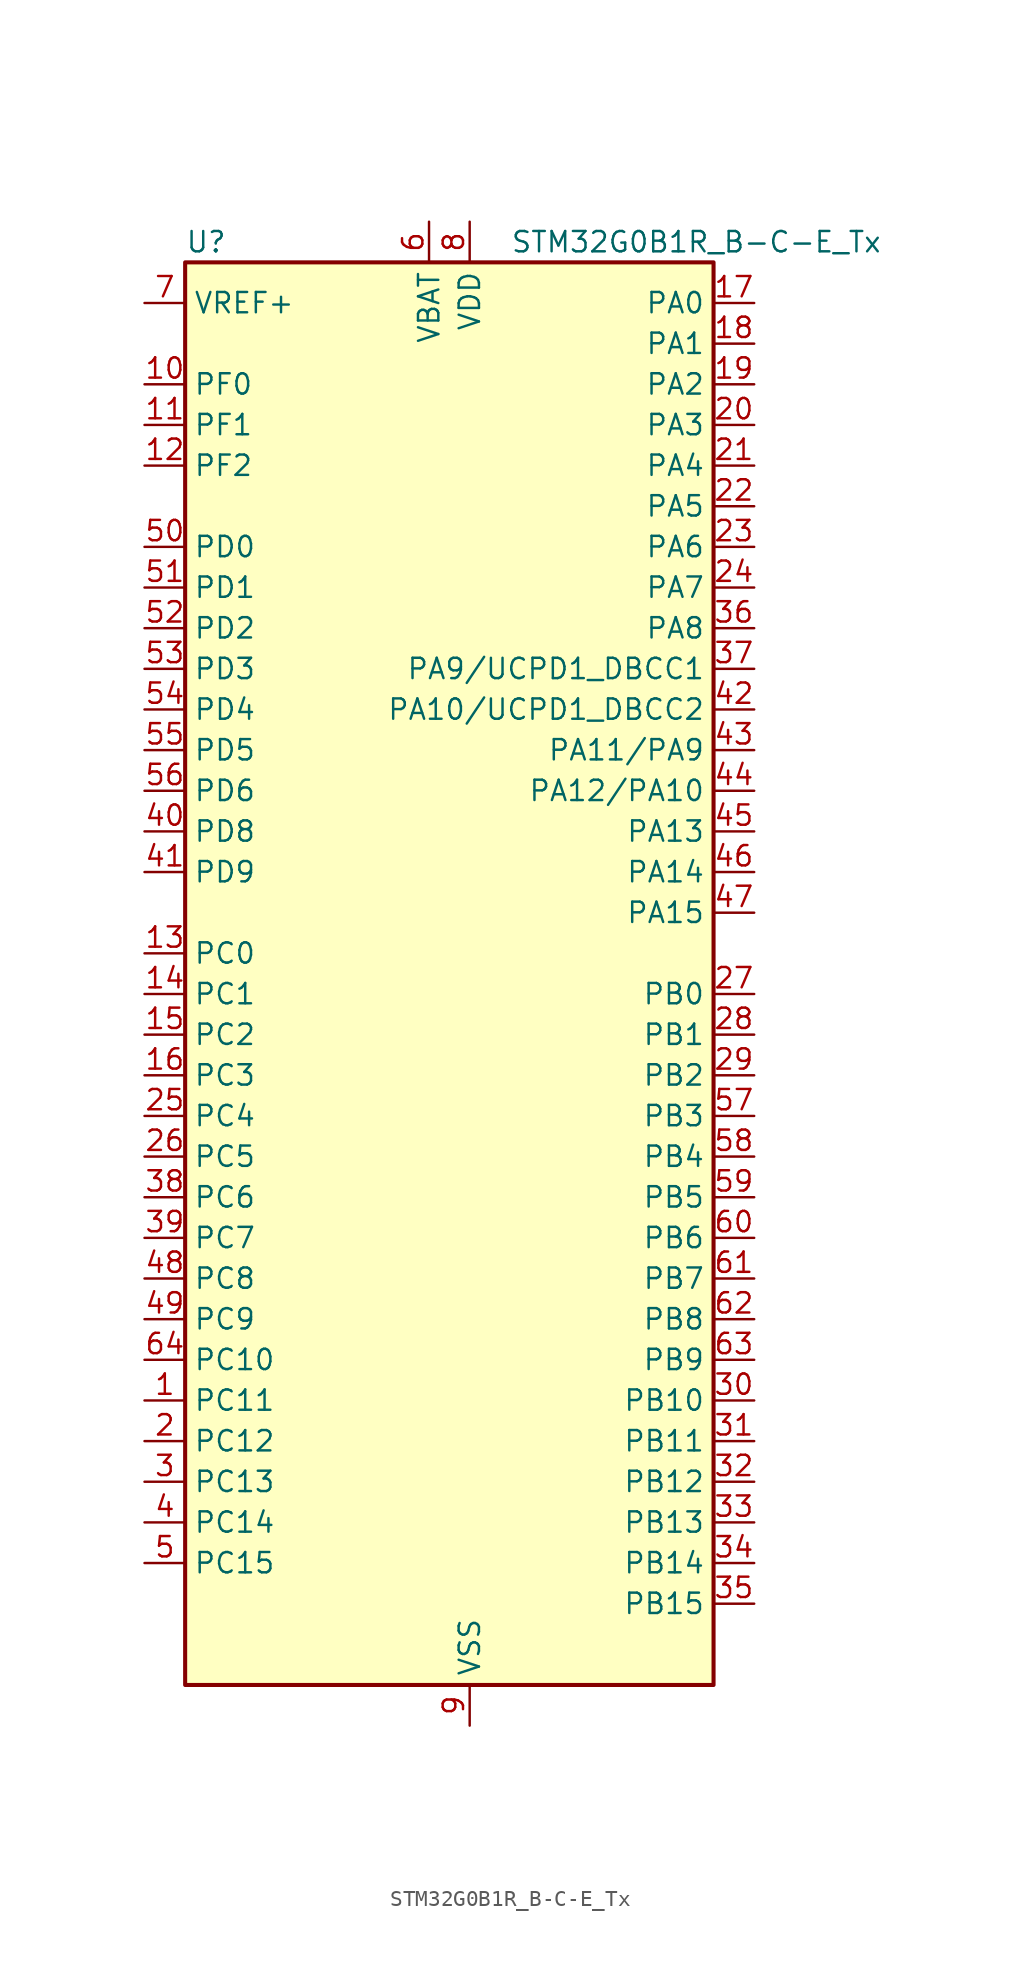
<source format=kicad_sym>
(kicad_symbol_lib
  (version 20231120)
  (generator "kicad_symbol_editor")
  (generator_version "8.0")
  (symbol "STM32G0B1R_B-C-E_Tx"
    (property "Reference" "U"
      (at -15.24 46.99 0)
      (effects (font (size 1.27 1.27)) (justify left)))
    (property "Value" "STM32G0B1R_B-C-E_Tx"
      (at 5.08 46.99 0)
      (effects (font (size 1.27 1.27)) (justify left)))
    (property "ki_locked" ""
      (at 0 0 0)
      (effects (font (size 1.27 1.27))))
    (symbol "STM32G0B1R_B-C-E_Tx_0_1"
      (rectangle (start -15.24 -43.18) (end 17.78 45.72) (stroke (width 0.254) (type default)) (fill (type background))))
    (symbol "STM32G0B1R_B-C-E_Tx_1_1"
      (pin bidirectional line (at -17.78 -25.4 0) (length 2.54) (name "PC11" (effects (font (size 1.27 1.27)))) (number "1" (effects (font (size 1.27 1.27)))) (alternate "ADC1_EXTI11" bidirectional line) (alternate "SPI3_MISO" bidirectional line) (alternate "TIM1_CH4" bidirectional line) (alternate "USART3_RX" bidirectional line) (alternate "USART4_RX" bidirectional line))
      (pin bidirectional line (at -17.78 38.1 0) (length 2.54) (name "PF0" (effects (font (size 1.27 1.27)))) (number "10" (effects (font (size 1.27 1.27)))) (alternate "CRS1_SYNC" bidirectional line) (alternate "RCC_OSC_IN" bidirectional line) (alternate "TIM14_CH1" bidirectional line))
      (pin bidirectional line (at -17.78 35.56 0) (length 2.54) (name "PF1" (effects (font (size 1.27 1.27)))) (number "11" (effects (font (size 1.27 1.27)))) (alternate "RCC_OSC_EN" bidirectional line) (alternate "RCC_OSC_OUT" bidirectional line) (alternate "TIM15_CH1N" bidirectional line))
      (pin bidirectional line (at -17.78 33.02 0) (length 2.54) (name "PF2" (effects (font (size 1.27 1.27)))) (number "12" (effects (font (size 1.27 1.27)))) (alternate "LPUART2_DE" bidirectional line) (alternate "LPUART2_RTS" bidirectional line) (alternate "LPUART2_TX" bidirectional line) (alternate "RCC_MCO" bidirectional line))
      (pin bidirectional line (at -17.78 2.54 0) (length 2.54) (name "PC0" (effects (font (size 1.27 1.27)))) (number "13" (effects (font (size 1.27 1.27)))) (alternate "COMP3_INM" bidirectional line) (alternate "COMP3_OUT" bidirectional line) (alternate "I2C3_SCL" bidirectional line) (alternate "LPTIM1_IN1" bidirectional line) (alternate "LPTIM2_IN1" bidirectional line) (alternate "LPUART1_RX" bidirectional line) (alternate "LPUART2_TX" bidirectional line) (alternate "USART6_TX" bidirectional line))
      (pin bidirectional line (at -17.78 0 0) (length 2.54) (name "PC1" (effects (font (size 1.27 1.27)))) (number "14" (effects (font (size 1.27 1.27)))) (alternate "COMP3_INP" bidirectional line) (alternate "I2C3_SDA" bidirectional line) (alternate "LPTIM1_OUT" bidirectional line) (alternate "LPUART1_TX" bidirectional line) (alternate "LPUART2_RX" bidirectional line) (alternate "TIM15_CH1" bidirectional line) (alternate "USART6_RX" bidirectional line))
      (pin bidirectional line (at -17.78 -2.54 0) (length 2.54) (name "PC2" (effects (font (size 1.27 1.27)))) (number "15" (effects (font (size 1.27 1.27)))) (alternate "COMP3_OUT" bidirectional line) (alternate "FDCAN2_RX" bidirectional line) (alternate "I2S2_MCK" bidirectional line) (alternate "LPTIM1_IN2" bidirectional line) (alternate "SPI2_MISO" bidirectional line) (alternate "TIM15_CH2" bidirectional line))
      (pin bidirectional line (at -17.78 -5.08 0) (length 2.54) (name "PC3" (effects (font (size 1.27 1.27)))) (number "16" (effects (font (size 1.27 1.27)))) (alternate "FDCAN2_TX" bidirectional line) (alternate "I2S2_SD" bidirectional line) (alternate "LPTIM1_ETR" bidirectional line) (alternate "LPTIM2_ETR" bidirectional line) (alternate "SPI2_MOSI" bidirectional line))
      (pin bidirectional line (at 20.32 43.18 180) (length 2.54) (name "PA0" (effects (font (size 1.27 1.27)))) (number "17" (effects (font (size 1.27 1.27)))) (alternate "ADC1_IN0" bidirectional line) (alternate "COMP1_INM" bidirectional line) (alternate "COMP1_OUT" bidirectional line) (alternate "I2S2_CK" bidirectional line) (alternate "LPTIM1_OUT" bidirectional line) (alternate "RTC_TAMP_IN2" bidirectional line) (alternate "SPI2_SCK" bidirectional line) (alternate "SYS_WKUP1" bidirectional line) (alternate "TIM2_CH1" bidirectional line) (alternate "TIM2_ETR" bidirectional line) (alternate "UCPD2_FRSTX1" bidirectional line) (alternate "UCPD2_FRSTX2" bidirectional line) (alternate "USART2_CTS" bidirectional line) (alternate "USART2_NSS" bidirectional line) (alternate "USART4_TX" bidirectional line))
      (pin bidirectional line (at 20.32 40.64 180) (length 2.54) (name "PA1" (effects (font (size 1.27 1.27)))) (number "18" (effects (font (size 1.27 1.27)))) (alternate "ADC1_IN1" bidirectional line) (alternate "COMP1_INP" bidirectional line) (alternate "I2C1_SMBA" bidirectional line) (alternate "I2S1_CK" bidirectional line) (alternate "SPI1_SCK" bidirectional line) (alternate "TIM15_CH1N" bidirectional line) (alternate "TIM2_CH2" bidirectional line) (alternate "USART2_CK" bidirectional line) (alternate "USART2_DE" bidirectional line) (alternate "USART2_RTS" bidirectional line) (alternate "USART4_RX" bidirectional line))
      (pin bidirectional line (at 20.32 38.1 180) (length 2.54) (name "PA2" (effects (font (size 1.27 1.27)))) (number "19" (effects (font (size 1.27 1.27)))) (alternate "ADC1_IN2" bidirectional line) (alternate "COMP2_INM" bidirectional line) (alternate "COMP2_OUT" bidirectional line) (alternate "I2S1_SD" bidirectional line) (alternate "LPUART1_TX" bidirectional line) (alternate "RCC_LSCO" bidirectional line) (alternate "SPI1_MOSI" bidirectional line) (alternate "SYS_WKUP4" bidirectional line) (alternate "TIM15_CH1" bidirectional line) (alternate "TIM2_CH3" bidirectional line) (alternate "UCPD1_FRSTX1" bidirectional line) (alternate "UCPD1_FRSTX2" bidirectional line) (alternate "USART2_TX" bidirectional line))
      (pin bidirectional line (at -17.78 -27.94 0) (length 2.54) (name "PC12" (effects (font (size 1.27 1.27)))) (number "2" (effects (font (size 1.27 1.27)))) (alternate "LPTIM1_IN1" bidirectional line) (alternate "SPI3_MOSI" bidirectional line) (alternate "TIM14_CH1" bidirectional line) (alternate "UCPD1_FRSTX1" bidirectional line) (alternate "UCPD1_FRSTX2" bidirectional line) (alternate "USART5_TX" bidirectional line))
      (pin bidirectional line (at 20.32 35.56 180) (length 2.54) (name "PA3" (effects (font (size 1.27 1.27)))) (number "20" (effects (font (size 1.27 1.27)))) (alternate "ADC1_IN3" bidirectional line) (alternate "COMP2_INP" bidirectional line) (alternate "I2S2_MCK" bidirectional line) (alternate "LPUART1_RX" bidirectional line) (alternate "SPI2_MISO" bidirectional line) (alternate "TIM15_CH2" bidirectional line) (alternate "TIM2_CH4" bidirectional line) (alternate "UCPD2_FRSTX1" bidirectional line) (alternate "UCPD2_FRSTX2" bidirectional line) (alternate "USART2_RX" bidirectional line))
      (pin bidirectional line (at 20.32 33.02 180) (length 2.54) (name "PA4" (effects (font (size 1.27 1.27)))) (number "21" (effects (font (size 1.27 1.27)))) (alternate "ADC1_IN4" bidirectional line) (alternate "DAC1_OUT1" bidirectional line) (alternate "I2S1_WS" bidirectional line) (alternate "I2S2_SD" bidirectional line) (alternate "LPTIM2_OUT" bidirectional line) (alternate "RTC_OUT2" bidirectional line) (alternate "SPI1_NSS" bidirectional line) (alternate "SPI2_MOSI" bidirectional line) (alternate "SPI3_NSS" bidirectional line) (alternate "TIM14_CH1" bidirectional line) (alternate "UCPD2_FRSTX1" bidirectional line) (alternate "UCPD2_FRSTX2" bidirectional line) (alternate "USART6_TX" bidirectional line) (alternate "USB_NOE" bidirectional line))
      (pin bidirectional line (at 20.32 30.48 180) (length 2.54) (name "PA5" (effects (font (size 1.27 1.27)))) (number "22" (effects (font (size 1.27 1.27)))) (alternate "ADC1_IN5" bidirectional line) (alternate "CEC" bidirectional line) (alternate "DAC1_OUT2" bidirectional line) (alternate "I2S1_CK" bidirectional line) (alternate "LPTIM2_ETR" bidirectional line) (alternate "SPI1_SCK" bidirectional line) (alternate "TIM2_CH1" bidirectional line) (alternate "TIM2_ETR" bidirectional line) (alternate "UCPD1_FRSTX1" bidirectional line) (alternate "UCPD1_FRSTX2" bidirectional line) (alternate "USART3_TX" bidirectional line) (alternate "USART6_RX" bidirectional line))
      (pin bidirectional line (at 20.32 27.94 180) (length 2.54) (name "PA6" (effects (font (size 1.27 1.27)))) (number "23" (effects (font (size 1.27 1.27)))) (alternate "ADC1_IN6" bidirectional line) (alternate "COMP1_OUT" bidirectional line) (alternate "I2C2_SDA" bidirectional line) (alternate "I2C3_SDA" bidirectional line) (alternate "I2S1_MCK" bidirectional line) (alternate "LPUART1_CTS" bidirectional line) (alternate "SPI1_MISO" bidirectional line) (alternate "TIM16_CH1" bidirectional line) (alternate "TIM1_BK" bidirectional line) (alternate "TIM3_CH1" bidirectional line) (alternate "USART3_CTS" bidirectional line) (alternate "USART3_NSS" bidirectional line) (alternate "USART6_CTS" bidirectional line) (alternate "USART6_NSS" bidirectional line))
      (pin bidirectional line (at 20.32 25.4 180) (length 2.54) (name "PA7" (effects (font (size 1.27 1.27)))) (number "24" (effects (font (size 1.27 1.27)))) (alternate "ADC1_IN7" bidirectional line) (alternate "COMP2_OUT" bidirectional line) (alternate "I2C2_SCL" bidirectional line) (alternate "I2C3_SCL" bidirectional line) (alternate "I2S1_SD" bidirectional line) (alternate "SPI1_MOSI" bidirectional line) (alternate "TIM14_CH1" bidirectional line) (alternate "TIM17_CH1" bidirectional line) (alternate "TIM1_CH1N" bidirectional line) (alternate "TIM3_CH2" bidirectional line) (alternate "UCPD1_FRSTX1" bidirectional line) (alternate "UCPD1_FRSTX2" bidirectional line) (alternate "USART6_CK" bidirectional line) (alternate "USART6_DE" bidirectional line) (alternate "USART6_RTS" bidirectional line))
      (pin bidirectional line (at -17.78 -7.62 0) (length 2.54) (name "PC4" (effects (font (size 1.27 1.27)))) (number "25" (effects (font (size 1.27 1.27)))) (alternate "ADC1_IN17" bidirectional line) (alternate "COMP1_INM" bidirectional line) (alternate "FDCAN1_RX" bidirectional line) (alternate "TIM2_CH1" bidirectional line) (alternate "TIM2_ETR" bidirectional line) (alternate "USART1_TX" bidirectional line) (alternate "USART3_TX" bidirectional line))
      (pin bidirectional line (at -17.78 -10.16 0) (length 2.54) (name "PC5" (effects (font (size 1.27 1.27)))) (number "26" (effects (font (size 1.27 1.27)))) (alternate "ADC1_IN18" bidirectional line) (alternate "COMP1_INP" bidirectional line) (alternate "FDCAN1_TX" bidirectional line) (alternate "SYS_WKUP5" bidirectional line) (alternate "TIM2_CH2" bidirectional line) (alternate "USART1_RX" bidirectional line) (alternate "USART3_RX" bidirectional line))
      (pin bidirectional line (at 20.32 0 180) (length 2.54) (name "PB0" (effects (font (size 1.27 1.27)))) (number "27" (effects (font (size 1.27 1.27)))) (alternate "ADC1_IN8" bidirectional line) (alternate "COMP1_OUT" bidirectional line) (alternate "COMP3_INP" bidirectional line) (alternate "FDCAN2_RX" bidirectional line) (alternate "I2S1_WS" bidirectional line) (alternate "LPTIM1_OUT" bidirectional line) (alternate "LPUART2_CTS" bidirectional line) (alternate "SPI1_NSS" bidirectional line) (alternate "TIM1_CH2N" bidirectional line) (alternate "TIM3_CH3" bidirectional line) (alternate "UCPD1_FRSTX1" bidirectional line) (alternate "UCPD1_FRSTX2" bidirectional line) (alternate "USART3_RX" bidirectional line) (alternate "USART5_TX" bidirectional line))
      (pin bidirectional line (at 20.32 -2.54 180) (length 2.54) (name "PB1" (effects (font (size 1.27 1.27)))) (number "28" (effects (font (size 1.27 1.27)))) (alternate "ADC1_IN9" bidirectional line) (alternate "COMP1_INM" bidirectional line) (alternate "COMP3_OUT" bidirectional line) (alternate "FDCAN2_TX" bidirectional line) (alternate "LPTIM2_IN1" bidirectional line) (alternate "LPUART1_DE" bidirectional line) (alternate "LPUART1_RTS" bidirectional line) (alternate "LPUART2_DE" bidirectional line) (alternate "LPUART2_RTS" bidirectional line) (alternate "TIM14_CH1" bidirectional line) (alternate "TIM1_CH3N" bidirectional line) (alternate "TIM3_CH4" bidirectional line) (alternate "USART3_CK" bidirectional line) (alternate "USART3_DE" bidirectional line) (alternate "USART3_RTS" bidirectional line) (alternate "USART5_RX" bidirectional line))
      (pin bidirectional line (at 20.32 -5.08 180) (length 2.54) (name "PB2" (effects (font (size 1.27 1.27)))) (number "29" (effects (font (size 1.27 1.27)))) (alternate "ADC1_IN10" bidirectional line) (alternate "COMP1_INP" bidirectional line) (alternate "COMP3_INM" bidirectional line) (alternate "I2S2_MCK" bidirectional line) (alternate "LPTIM1_OUT" bidirectional line) (alternate "RCC_MCO_2" bidirectional line) (alternate "SPI2_MISO" bidirectional line) (alternate "USART3_TX" bidirectional line))
      (pin bidirectional line (at -17.78 -30.48 0) (length 2.54) (name "PC13" (effects (font (size 1.27 1.27)))) (number "3" (effects (font (size 1.27 1.27)))) (alternate "RTC_OUT1" bidirectional line) (alternate "RTC_TAMP_IN1" bidirectional line) (alternate "RTC_TS" bidirectional line) (alternate "SYS_WKUP2" bidirectional line) (alternate "TIM1_BK" bidirectional line))
      (pin bidirectional line (at 20.32 -25.4 180) (length 2.54) (name "PB10" (effects (font (size 1.27 1.27)))) (number "30" (effects (font (size 1.27 1.27)))) (alternate "ADC1_IN11" bidirectional line) (alternate "CEC" bidirectional line) (alternate "COMP1_OUT" bidirectional line) (alternate "I2C2_SCL" bidirectional line) (alternate "I2S2_CK" bidirectional line) (alternate "LPUART1_RX" bidirectional line) (alternate "SPI2_SCK" bidirectional line) (alternate "TIM2_CH3" bidirectional line) (alternate "USART3_TX" bidirectional line))
      (pin bidirectional line (at 20.32 -27.94 180) (length 2.54) (name "PB11" (effects (font (size 1.27 1.27)))) (number "31" (effects (font (size 1.27 1.27)))) (alternate "ADC1_EXTI11" bidirectional line) (alternate "ADC1_IN15" bidirectional line) (alternate "COMP2_OUT" bidirectional line) (alternate "I2C2_SDA" bidirectional line) (alternate "I2S2_SD" bidirectional line) (alternate "LPUART1_TX" bidirectional line) (alternate "SPI2_MOSI" bidirectional line) (alternate "TIM2_CH4" bidirectional line) (alternate "USART3_RX" bidirectional line))
      (pin bidirectional line (at 20.32 -30.48 180) (length 2.54) (name "PB12" (effects (font (size 1.27 1.27)))) (number "32" (effects (font (size 1.27 1.27)))) (alternate "ADC1_IN16" bidirectional line) (alternate "FDCAN2_RX" bidirectional line) (alternate "I2C2_SMBA" bidirectional line) (alternate "I2S2_WS" bidirectional line) (alternate "LPUART1_DE" bidirectional line) (alternate "LPUART1_RTS" bidirectional line) (alternate "SPI2_NSS" bidirectional line) (alternate "TIM15_BK" bidirectional line) (alternate "TIM1_BK" bidirectional line) (alternate "UCPD2_FRSTX1" bidirectional line) (alternate "UCPD2_FRSTX2" bidirectional line))
      (pin bidirectional line (at 20.32 -33.02 180) (length 2.54) (name "PB13" (effects (font (size 1.27 1.27)))) (number "33" (effects (font (size 1.27 1.27)))) (alternate "FDCAN2_TX" bidirectional line) (alternate "I2C2_SCL" bidirectional line) (alternate "I2S2_CK" bidirectional line) (alternate "LPUART1_CTS" bidirectional line) (alternate "SPI2_SCK" bidirectional line) (alternate "TIM15_CH1N" bidirectional line) (alternate "TIM1_CH1N" bidirectional line) (alternate "USART3_CTS" bidirectional line) (alternate "USART3_NSS" bidirectional line))
      (pin bidirectional line (at 20.32 -35.56 180) (length 2.54) (name "PB14" (effects (font (size 1.27 1.27)))) (number "34" (effects (font (size 1.27 1.27)))) (alternate "I2C2_SDA" bidirectional line) (alternate "I2S2_MCK" bidirectional line) (alternate "SPI2_MISO" bidirectional line) (alternate "TIM15_CH1" bidirectional line) (alternate "TIM1_CH2N" bidirectional line) (alternate "UCPD1_FRSTX1" bidirectional line) (alternate "UCPD1_FRSTX2" bidirectional line) (alternate "USART3_CK" bidirectional line) (alternate "USART3_DE" bidirectional line) (alternate "USART3_RTS" bidirectional line) (alternate "USART6_CK" bidirectional line) (alternate "USART6_DE" bidirectional line) (alternate "USART6_RTS" bidirectional line))
      (pin bidirectional line (at 20.32 -38.1 180) (length 2.54) (name "PB15" (effects (font (size 1.27 1.27)))) (number "35" (effects (font (size 1.27 1.27)))) (alternate "I2S2_SD" bidirectional line) (alternate "RTC_REFIN" bidirectional line) (alternate "SPI2_MOSI" bidirectional line) (alternate "TIM15_CH1N" bidirectional line) (alternate "TIM15_CH2" bidirectional line) (alternate "TIM1_CH3N" bidirectional line) (alternate "UCPD1_CC2" bidirectional line) (alternate "USART6_CTS" bidirectional line) (alternate "USART6_NSS" bidirectional line))
      (pin bidirectional line (at 20.32 22.86 180) (length 2.54) (name "PA8" (effects (font (size 1.27 1.27)))) (number "36" (effects (font (size 1.27 1.27)))) (alternate "CRS1_SYNC" bidirectional line) (alternate "I2C2_SMBA" bidirectional line) (alternate "I2S2_WS" bidirectional line) (alternate "LPTIM2_OUT" bidirectional line) (alternate "RCC_MCO" bidirectional line) (alternate "SPI2_NSS" bidirectional line) (alternate "TIM1_CH1" bidirectional line) (alternate "UCPD1_CC1" bidirectional line))
      (pin bidirectional line (at 20.32 20.32 180) (length 2.54) (name "PA9/UCPD1_DBCC1" (effects (font (size 1.27 1.27)))) (number "37" (effects (font (size 1.27 1.27)))) (alternate "DAC1_EXTI9" bidirectional line) (alternate "I2C1_SCL" bidirectional line) (alternate "I2C2_SCL" bidirectional line) (alternate "I2S2_MCK" bidirectional line) (alternate "RCC_MCO" bidirectional line) (alternate "SPI2_MISO" bidirectional line) (alternate "TIM15_BK" bidirectional line) (alternate "TIM1_CH2" bidirectional line) (alternate "UCPD1_DBCC1" bidirectional line) (alternate "USART1_TX" bidirectional line))
      (pin bidirectional line (at -17.78 -12.7 0) (length 2.54) (name "PC6" (effects (font (size 1.27 1.27)))) (number "38" (effects (font (size 1.27 1.27)))) (alternate "LPUART2_TX" bidirectional line) (alternate "TIM2_CH3" bidirectional line) (alternate "TIM3_CH1" bidirectional line) (alternate "UCPD1_FRSTX1" bidirectional line) (alternate "UCPD1_FRSTX2" bidirectional line))
      (pin bidirectional line (at -17.78 -15.24 0) (length 2.54) (name "PC7" (effects (font (size 1.27 1.27)))) (number "39" (effects (font (size 1.27 1.27)))) (alternate "LPUART2_RX" bidirectional line) (alternate "TIM2_CH4" bidirectional line) (alternate "TIM3_CH2" bidirectional line) (alternate "UCPD2_FRSTX1" bidirectional line) (alternate "UCPD2_FRSTX2" bidirectional line))
      (pin bidirectional line (at -17.78 -33.02 0) (length 2.54) (name "PC14" (effects (font (size 1.27 1.27)))) (number "4" (effects (font (size 1.27 1.27)))) (alternate "RCC_OSC32_IN" bidirectional line) (alternate "TIM1_BK2" bidirectional line))
      (pin bidirectional line (at -17.78 10.16 0) (length 2.54) (name "PD8" (effects (font (size 1.27 1.27)))) (number "40" (effects (font (size 1.27 1.27)))) (alternate "I2S1_CK" bidirectional line) (alternate "LPTIM1_OUT" bidirectional line) (alternate "SPI1_SCK" bidirectional line) (alternate "USART3_TX" bidirectional line))
      (pin bidirectional line (at -17.78 7.62 0) (length 2.54) (name "PD9" (effects (font (size 1.27 1.27)))) (number "41" (effects (font (size 1.27 1.27)))) (alternate "DAC1_EXTI9" bidirectional line) (alternate "I2S1_WS" bidirectional line) (alternate "SPI1_NSS" bidirectional line) (alternate "TIM1_BK2" bidirectional line) (alternate "USART3_RX" bidirectional line))
      (pin bidirectional line (at 20.32 17.78 180) (length 2.54) (name "PA10/UCPD1_DBCC2" (effects (font (size 1.27 1.27)))) (number "42" (effects (font (size 1.27 1.27)))) (alternate "I2C1_SDA" bidirectional line) (alternate "I2C2_SDA" bidirectional line) (alternate "I2S2_SD" bidirectional line) (alternate "RCC_MCO_2" bidirectional line) (alternate "SPI2_MOSI" bidirectional line) (alternate "TIM17_BK" bidirectional line) (alternate "TIM1_CH3" bidirectional line) (alternate "UCPD1_DBCC2" bidirectional line) (alternate "USART1_RX" bidirectional line))
      (pin bidirectional line (at 20.32 15.24 180) (length 2.54) (name "PA11/PA9" (effects (font (size 1.27 1.27)))) (number "43" (effects (font (size 1.27 1.27)))) (alternate "ADC1_EXTI11" bidirectional line) (alternate "COMP1_OUT" bidirectional line) (alternate "FDCAN1_RX" bidirectional line) (alternate "I2C2_SCL" bidirectional line) (alternate "I2S1_MCK" bidirectional line) (alternate "SPI1_MISO" bidirectional line) (alternate "TIM1_BK2" bidirectional line) (alternate "TIM1_CH4" bidirectional line) (alternate "USART1_CTS" bidirectional line) (alternate "USART1_NSS" bidirectional line) (alternate "USB_DM" bidirectional line))
      (pin bidirectional line (at 20.32 12.7 180) (length 2.54) (name "PA12/PA10" (effects (font (size 1.27 1.27)))) (number "44" (effects (font (size 1.27 1.27)))) (alternate "COMP2_OUT" bidirectional line) (alternate "FDCAN1_TX" bidirectional line) (alternate "I2C2_SDA" bidirectional line) (alternate "I2S1_SD" bidirectional line) (alternate "I2S_CKIN" bidirectional line) (alternate "SPI1_MOSI" bidirectional line) (alternate "TIM1_ETR" bidirectional line) (alternate "USART1_CK" bidirectional line) (alternate "USART1_DE" bidirectional line) (alternate "USART1_RTS" bidirectional line) (alternate "USB_DP" bidirectional line))
      (pin bidirectional line (at 20.32 10.16 180) (length 2.54) (name "PA13" (effects (font (size 1.27 1.27)))) (number "45" (effects (font (size 1.27 1.27)))) (alternate "IR_OUT" bidirectional line) (alternate "LPUART2_RX" bidirectional line) (alternate "SYS_SWDIO" bidirectional line) (alternate "USB_NOE" bidirectional line))
      (pin bidirectional line (at 20.32 7.62 180) (length 2.54) (name "PA14" (effects (font (size 1.27 1.27)))) (number "46" (effects (font (size 1.27 1.27)))) (alternate "LPUART2_TX" bidirectional line) (alternate "SYS_SWCLK" bidirectional line) (alternate "USART2_TX" bidirectional line))
      (pin bidirectional line (at 20.32 5.08 180) (length 2.54) (name "PA15" (effects (font (size 1.27 1.27)))) (number "47" (effects (font (size 1.27 1.27)))) (alternate "I2C2_SMBA" bidirectional line) (alternate "I2S1_WS" bidirectional line) (alternate "RCC_MCO_2" bidirectional line) (alternate "SPI1_NSS" bidirectional line) (alternate "SPI3_NSS" bidirectional line) (alternate "TIM2_CH1" bidirectional line) (alternate "TIM2_ETR" bidirectional line) (alternate "USART2_RX" bidirectional line) (alternate "USART3_CK" bidirectional line) (alternate "USART3_DE" bidirectional line) (alternate "USART3_RTS" bidirectional line) (alternate "USART4_CK" bidirectional line) (alternate "USART4_DE" bidirectional line) (alternate "USART4_RTS" bidirectional line) (alternate "USB_NOE" bidirectional line))
      (pin bidirectional line (at -17.78 -17.78 0) (length 2.54) (name "PC8" (effects (font (size 1.27 1.27)))) (number "48" (effects (font (size 1.27 1.27)))) (alternate "LPUART2_CTS" bidirectional line) (alternate "TIM1_CH1" bidirectional line) (alternate "TIM3_CH3" bidirectional line) (alternate "UCPD2_FRSTX1" bidirectional line) (alternate "UCPD2_FRSTX2" bidirectional line))
      (pin bidirectional line (at -17.78 -20.32 0) (length 2.54) (name "PC9" (effects (font (size 1.27 1.27)))) (number "49" (effects (font (size 1.27 1.27)))) (alternate "DAC1_EXTI9" bidirectional line) (alternate "I2S_CKIN" bidirectional line) (alternate "LPUART2_DE" bidirectional line) (alternate "LPUART2_RTS" bidirectional line) (alternate "TIM1_CH2" bidirectional line) (alternate "TIM3_CH4" bidirectional line) (alternate "USB_NOE" bidirectional line))
      (pin bidirectional line (at -17.78 -35.56 0) (length 2.54) (name "PC15" (effects (font (size 1.27 1.27)))) (number "5" (effects (font (size 1.27 1.27)))) (alternate "RCC_OSC32_EN" bidirectional line) (alternate "RCC_OSC32_OUT" bidirectional line) (alternate "RCC_OSC_EN" bidirectional line) (alternate "TIM15_BK" bidirectional line))
      (pin bidirectional line (at -17.78 27.94 0) (length 2.54) (name "PD0" (effects (font (size 1.27 1.27)))) (number "50" (effects (font (size 1.27 1.27)))) (alternate "FDCAN1_RX" bidirectional line) (alternate "I2S2_WS" bidirectional line) (alternate "SPI2_NSS" bidirectional line) (alternate "TIM16_CH1" bidirectional line) (alternate "UCPD2_CC1" bidirectional line))
      (pin bidirectional line (at -17.78 25.4 0) (length 2.54) (name "PD1" (effects (font (size 1.27 1.27)))) (number "51" (effects (font (size 1.27 1.27)))) (alternate "FDCAN1_TX" bidirectional line) (alternate "I2S2_CK" bidirectional line) (alternate "SPI2_SCK" bidirectional line) (alternate "TIM17_CH1" bidirectional line) (alternate "UCPD2_DBCC1" bidirectional line))
      (pin bidirectional line (at -17.78 22.86 0) (length 2.54) (name "PD2" (effects (font (size 1.27 1.27)))) (number "52" (effects (font (size 1.27 1.27)))) (alternate "TIM1_CH1N" bidirectional line) (alternate "TIM3_ETR" bidirectional line) (alternate "UCPD2_CC2" bidirectional line) (alternate "USART3_CK" bidirectional line) (alternate "USART3_DE" bidirectional line) (alternate "USART3_RTS" bidirectional line) (alternate "USART5_RX" bidirectional line))
      (pin bidirectional line (at -17.78 20.32 0) (length 2.54) (name "PD3" (effects (font (size 1.27 1.27)))) (number "53" (effects (font (size 1.27 1.27)))) (alternate "I2S2_MCK" bidirectional line) (alternate "SPI2_MISO" bidirectional line) (alternate "TIM1_CH2N" bidirectional line) (alternate "UCPD2_DBCC2" bidirectional line) (alternate "USART2_CTS" bidirectional line) (alternate "USART2_NSS" bidirectional line) (alternate "USART5_TX" bidirectional line))
      (pin bidirectional line (at -17.78 17.78 0) (length 2.54) (name "PD4" (effects (font (size 1.27 1.27)))) (number "54" (effects (font (size 1.27 1.27)))) (alternate "I2S2_SD" bidirectional line) (alternate "SPI2_MOSI" bidirectional line) (alternate "TIM1_CH3N" bidirectional line) (alternate "USART2_CK" bidirectional line) (alternate "USART2_DE" bidirectional line) (alternate "USART2_RTS" bidirectional line) (alternate "USART5_CK" bidirectional line) (alternate "USART5_DE" bidirectional line) (alternate "USART5_RTS" bidirectional line))
      (pin bidirectional line (at -17.78 15.24 0) (length 2.54) (name "PD5" (effects (font (size 1.27 1.27)))) (number "55" (effects (font (size 1.27 1.27)))) (alternate "I2S1_MCK" bidirectional line) (alternate "SPI1_MISO" bidirectional line) (alternate "TIM1_BK" bidirectional line) (alternate "USART2_TX" bidirectional line) (alternate "USART5_CTS" bidirectional line) (alternate "USART5_NSS" bidirectional line))
      (pin bidirectional line (at -17.78 12.7 0) (length 2.54) (name "PD6" (effects (font (size 1.27 1.27)))) (number "56" (effects (font (size 1.27 1.27)))) (alternate "I2S1_SD" bidirectional line) (alternate "LPTIM2_OUT" bidirectional line) (alternate "SPI1_MOSI" bidirectional line) (alternate "USART2_RX" bidirectional line))
      (pin bidirectional line (at 20.32 -7.62 180) (length 2.54) (name "PB3" (effects (font (size 1.27 1.27)))) (number "57" (effects (font (size 1.27 1.27)))) (alternate "COMP2_INM" bidirectional line) (alternate "I2C2_SCL" bidirectional line) (alternate "I2C3_SCL" bidirectional line) (alternate "I2S1_CK" bidirectional line) (alternate "SPI1_SCK" bidirectional line) (alternate "SPI3_SCK" bidirectional line) (alternate "TIM1_CH2" bidirectional line) (alternate "TIM2_CH2" bidirectional line) (alternate "USART1_CK" bidirectional line) (alternate "USART1_DE" bidirectional line) (alternate "USART1_RTS" bidirectional line) (alternate "USART5_TX" bidirectional line))
      (pin bidirectional line (at 20.32 -10.16 180) (length 2.54) (name "PB4" (effects (font (size 1.27 1.27)))) (number "58" (effects (font (size 1.27 1.27)))) (alternate "COMP2_INP" bidirectional line) (alternate "I2C2_SDA" bidirectional line) (alternate "I2C3_SDA" bidirectional line) (alternate "I2S1_MCK" bidirectional line) (alternate "SPI1_MISO" bidirectional line) (alternate "SPI3_MISO" bidirectional line) (alternate "TIM17_BK" bidirectional line) (alternate "TIM3_CH1" bidirectional line) (alternate "USART1_CTS" bidirectional line) (alternate "USART1_NSS" bidirectional line) (alternate "USART5_RX" bidirectional line))
      (pin bidirectional line (at 20.32 -12.7 180) (length 2.54) (name "PB5" (effects (font (size 1.27 1.27)))) (number "59" (effects (font (size 1.27 1.27)))) (alternate "COMP2_OUT" bidirectional line) (alternate "FDCAN2_RX" bidirectional line) (alternate "I2C1_SMBA" bidirectional line) (alternate "I2S1_SD" bidirectional line) (alternate "LPTIM1_IN1" bidirectional line) (alternate "SPI1_MOSI" bidirectional line) (alternate "SPI3_MOSI" bidirectional line) (alternate "SYS_WKUP6" bidirectional line) (alternate "TIM16_BK" bidirectional line) (alternate "TIM3_CH2" bidirectional line) (alternate "USART5_CK" bidirectional line) (alternate "USART5_DE" bidirectional line) (alternate "USART5_RTS" bidirectional line))
      (pin power_in line (at 0 48.26 270) (length 2.54) (name "VBAT" (effects (font (size 1.27 1.27)))) (number "6" (effects (font (size 1.27 1.27)))))
      (pin bidirectional line (at 20.32 -15.24 180) (length 2.54) (name "PB6" (effects (font (size 1.27 1.27)))) (number "60" (effects (font (size 1.27 1.27)))) (alternate "COMP2_INP" bidirectional line) (alternate "FDCAN2_TX" bidirectional line) (alternate "I2C1_SCL" bidirectional line) (alternate "I2S2_MCK" bidirectional line) (alternate "LPTIM1_ETR" bidirectional line) (alternate "LPUART2_TX" bidirectional line) (alternate "SPI2_MISO" bidirectional line) (alternate "TIM16_CH1N" bidirectional line) (alternate "TIM1_CH3" bidirectional line) (alternate "TIM4_CH1" bidirectional line) (alternate "USART1_TX" bidirectional line) (alternate "USART5_CTS" bidirectional line) (alternate "USART5_NSS" bidirectional line))
      (pin bidirectional line (at 20.32 -17.78 180) (length 2.54) (name "PB7" (effects (font (size 1.27 1.27)))) (number "61" (effects (font (size 1.27 1.27)))) (alternate "COMP2_INM" bidirectional line) (alternate "I2C1_SDA" bidirectional line) (alternate "I2S2_SD" bidirectional line) (alternate "LPTIM1_IN2" bidirectional line) (alternate "LPUART2_RX" bidirectional line) (alternate "SPI2_MOSI" bidirectional line) (alternate "SYS_PVD_IN" bidirectional line) (alternate "TIM17_CH1N" bidirectional line) (alternate "TIM4_CH2" bidirectional line) (alternate "USART1_RX" bidirectional line) (alternate "USART4_CTS" bidirectional line) (alternate "USART4_NSS" bidirectional line))
      (pin bidirectional line (at 20.32 -20.32 180) (length 2.54) (name "PB8" (effects (font (size 1.27 1.27)))) (number "62" (effects (font (size 1.27 1.27)))) (alternate "CEC" bidirectional line) (alternate "FDCAN1_RX" bidirectional line) (alternate "I2C1_SCL" bidirectional line) (alternate "I2S2_CK" bidirectional line) (alternate "SPI2_SCK" bidirectional line) (alternate "TIM15_BK" bidirectional line) (alternate "TIM16_CH1" bidirectional line) (alternate "TIM4_CH3" bidirectional line) (alternate "USART3_TX" bidirectional line) (alternate "USART6_TX" bidirectional line))
      (pin bidirectional line (at 20.32 -22.86 180) (length 2.54) (name "PB9" (effects (font (size 1.27 1.27)))) (number "63" (effects (font (size 1.27 1.27)))) (alternate "DAC1_EXTI9" bidirectional line) (alternate "FDCAN1_TX" bidirectional line) (alternate "I2C1_SDA" bidirectional line) (alternate "I2S2_WS" bidirectional line) (alternate "IR_OUT" bidirectional line) (alternate "SPI2_NSS" bidirectional line) (alternate "TIM17_CH1" bidirectional line) (alternate "TIM4_CH4" bidirectional line) (alternate "UCPD2_FRSTX1" bidirectional line) (alternate "UCPD2_FRSTX2" bidirectional line) (alternate "USART3_RX" bidirectional line) (alternate "USART6_RX" bidirectional line))
      (pin bidirectional line (at -17.78 -22.86 0) (length 2.54) (name "PC10" (effects (font (size 1.27 1.27)))) (number "64" (effects (font (size 1.27 1.27)))) (alternate "SPI3_SCK" bidirectional line) (alternate "TIM1_CH3" bidirectional line) (alternate "USART3_TX" bidirectional line) (alternate "USART4_TX" bidirectional line))
      (pin input line (at -17.78 43.18 0) (length 2.54) (name "VREF+" (effects (font (size 1.27 1.27)))) (number "7" (effects (font (size 1.27 1.27)))) (alternate "VREFBUF_OUT" bidirectional line))
      (pin power_in line (at 2.54 48.26 270) (length 2.54) (name "VDD" (effects (font (size 1.27 1.27)))) (number "8" (effects (font (size 1.27 1.27)))))
      (pin power_in line (at 2.54 -45.72 90) (length 2.54) (name "VSS" (effects (font (size 1.27 1.27)))) (number "9" (effects (font (size 1.27 1.27))))))))
</source>
